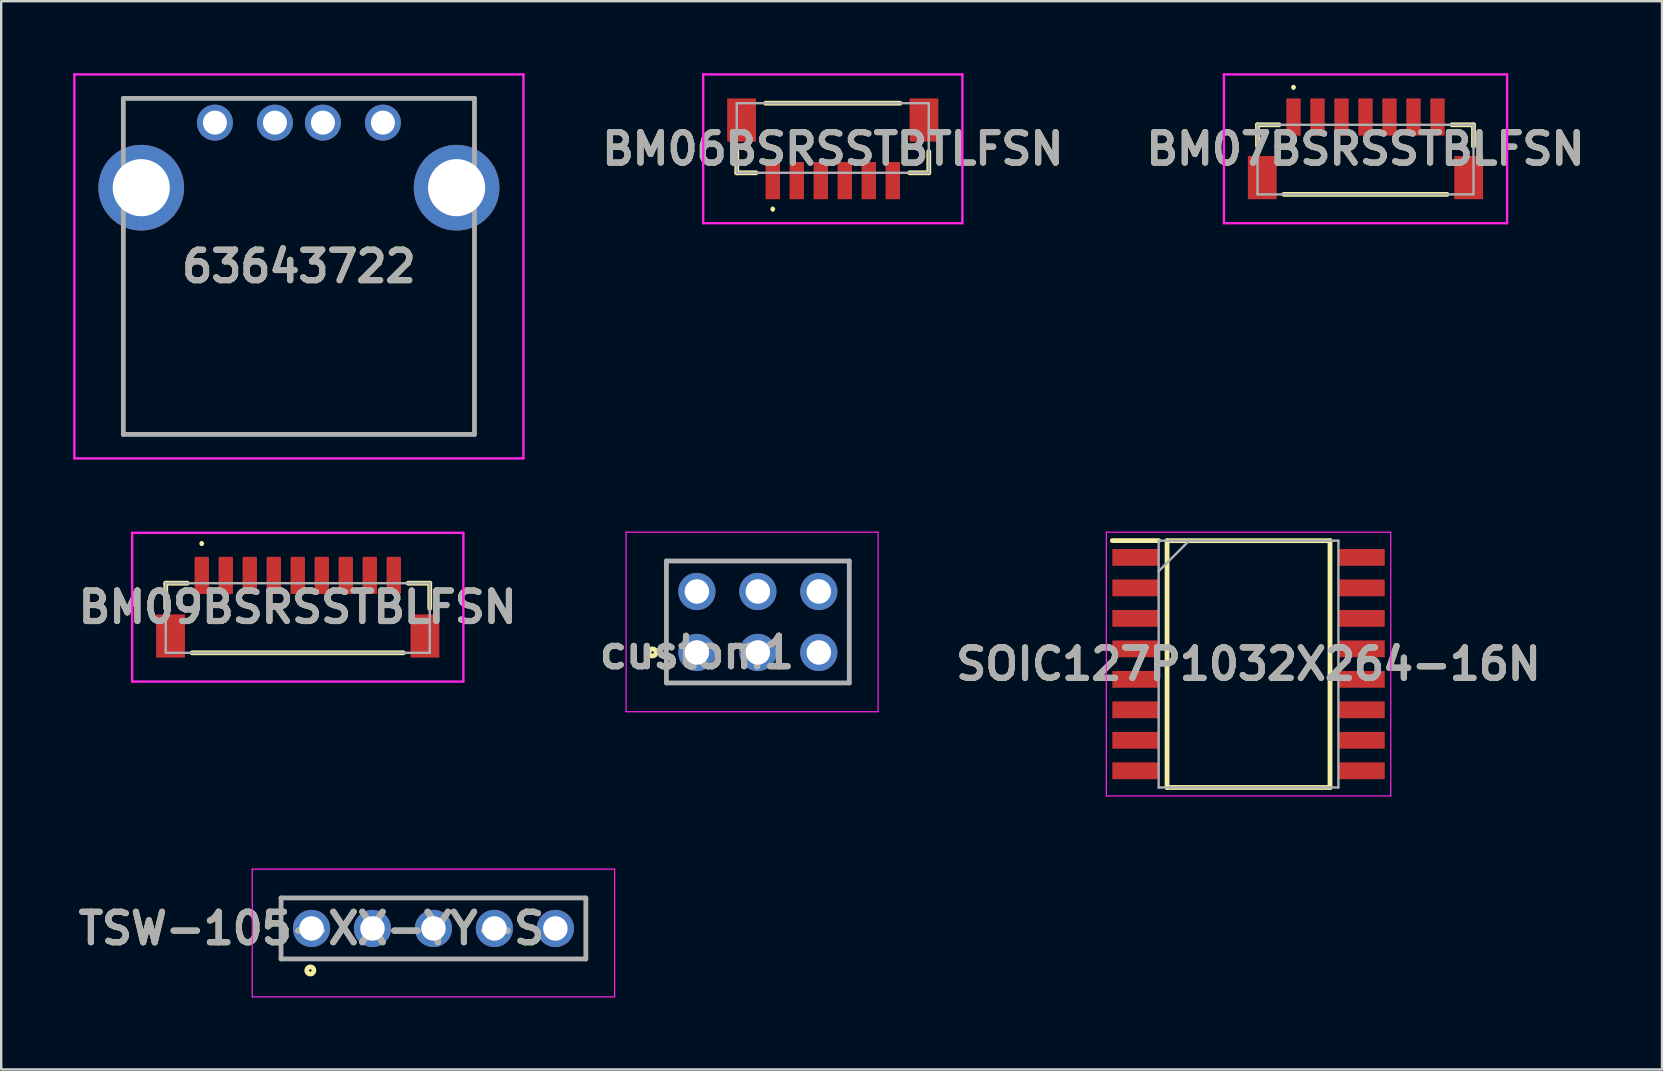
<source format=kicad_pcb>
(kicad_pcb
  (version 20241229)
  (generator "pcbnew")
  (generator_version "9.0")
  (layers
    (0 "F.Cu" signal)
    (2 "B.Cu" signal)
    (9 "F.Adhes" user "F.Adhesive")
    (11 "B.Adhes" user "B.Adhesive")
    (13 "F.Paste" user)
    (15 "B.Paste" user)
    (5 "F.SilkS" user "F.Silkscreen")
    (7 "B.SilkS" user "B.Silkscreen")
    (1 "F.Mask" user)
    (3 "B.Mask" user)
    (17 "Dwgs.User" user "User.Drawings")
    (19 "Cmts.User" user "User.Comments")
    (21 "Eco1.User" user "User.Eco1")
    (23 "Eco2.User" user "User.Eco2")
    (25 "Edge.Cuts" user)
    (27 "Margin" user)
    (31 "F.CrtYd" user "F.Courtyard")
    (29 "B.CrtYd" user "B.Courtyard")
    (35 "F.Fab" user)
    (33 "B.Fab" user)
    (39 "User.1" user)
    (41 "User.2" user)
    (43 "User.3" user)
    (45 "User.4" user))
  (footprint "BM09BSRSSTBLFSN"
    (layer "F.Cu")
    (at 9.356 22.7)
    (property "Reference" "BM09BSRSSTBLFSN" (at 0 -0.45 0) (layer "F.SilkS") (effects (font (size 1.27 1.27) (thickness 0.254))))
    (attr smd)
    (fp_line (start -5.5 -1.45) (end -5.5 -0.4) (stroke (width 0.2) (type solid)) (layer "F.SilkS"))
    (fp_line (start -4.6 -1.45) (end -5.5 -1.45) (stroke (width 0.2) (type solid)) (layer "F.SilkS"))
    (fp_line (start -4.4 1.45) (end 4.4 1.45) (stroke (width 0.2) (type solid)) (layer "F.SilkS"))
    (fp_line (start -4 -3.15) (end -4 -3.15) (stroke (width 0.1) (type solid)) (layer "F.SilkS"))
    (fp_line (start -4 -3.05) (end -4 -3.05) (stroke (width 0.1) (type solid)) (layer "F.SilkS"))
    (fp_line (start 4.6 -1.45) (end 5.5 -1.45) (stroke (width 0.2) (type solid)) (layer "F.SilkS"))
    (fp_line (start 5.5 -1.45) (end 5.5 -0.4) (stroke (width 0.2) (type solid)) (layer "F.SilkS"))
    (fp_arc (start -4 -3.15) (mid -3.95 -3.1) (end -4 -3.05) (stroke (width 0.1) (type solid)) (layer "F.SilkS"))
    (fp_arc (start -4 -3.05) (mid -4.05 -3.1) (end -4 -3.15) (stroke (width 0.1) (type solid)) (layer "F.SilkS"))
    (fp_line (start -6.9 -3.55) (end 6.9 -3.55) (stroke (width 0.1) (type solid)) (layer "F.CrtYd"))
    (fp_line (start -6.9 2.65) (end -6.9 -3.55) (stroke (width 0.1) (type solid)) (layer "F.CrtYd"))
    (fp_line (start 6.9 -3.55) (end 6.9 2.65) (stroke (width 0.1) (type solid)) (layer "F.CrtYd"))
    (fp_line (start 6.9 2.65) (end -6.9 2.65) (stroke (width 0.1) (type solid)) (layer "F.CrtYd"))
    (fp_line (start -5.5 -1.45) (end -5.5 1.45) (stroke (width 0.1) (type solid)) (layer "F.Fab"))
    (fp_line (start -5.5 1.45) (end 5.5 1.45) (stroke (width 0.1) (type solid)) (layer "F.Fab"))
    (fp_line (start 5.5 -1.45) (end -5.5 -1.45) (stroke (width 0.1) (type solid)) (layer "F.Fab"))
    (fp_line (start 5.5 1.45) (end 5.5 -1.45) (stroke (width 0.1) (type solid)) (layer "F.Fab"))
    (fp_text user "${REFERENCE}" (at 0 -0.45 0) (layer "F.Fab") (effects (font (size 1.27 1.27) (thickness 0.254))))
    (pad "1" smd rect (at -4 -1.775) (size 0.6 1.55) (layers "F.Cu" "F.Mask" "F.Paste"))
    (pad "2" smd rect (at -3 -1.775) (size 0.6 1.55) (layers "F.Cu" "F.Mask" "F.Paste"))
    (pad "3" smd rect (at -2 -1.775) (size 0.6 1.55) (layers "F.Cu" "F.Mask" "F.Paste"))
    (pad "4" smd rect (at -1 -1.775) (size 0.6 1.55) (layers "F.Cu" "F.Mask" "F.Paste"))
    (pad "5" smd rect (at 0 -1.775) (size 0.6 1.55) (layers "F.Cu" "F.Mask" "F.Paste"))
    (pad "6" smd rect (at 1 -1.775) (size 0.6 1.55) (layers "F.Cu" "F.Mask" "F.Paste"))
    (pad "7" smd rect (at 2 -1.775) (size 0.6 1.55) (layers "F.Cu" "F.Mask" "F.Paste"))
    (pad "8" smd rect (at 3 -1.775) (size 0.6 1.55) (layers "F.Cu" "F.Mask" "F.Paste"))
    (pad "9" smd rect (at 4 -1.775) (size 0.6 1.55) (layers "F.Cu" "F.Mask" "F.Paste"))
    (pad "MP1" smd rect (at -5.3 0.75) (size 1.2 1.8) (layers "F.Cu" "F.Mask" "F.Paste"))
    (pad "MP2" smd rect (at 5.3 0.75) (size 1.2 1.8) (layers "F.Cu" "F.Mask" "F.Paste")))
  (footprint "63643722"
    (layer "F.Cu")
    (at 5.905 2.06)
    (property "Reference" "63643722" (at 3.5 5.99 0) (layer "F.SilkS") (effects (font (size 1.27 1.27) (thickness 0.254))))
    (attr through_hole)
    (fp_line (start -3.815 5.25) (end -3.815 12.99) (stroke (width 0.1) (type solid)) (layer "F.SilkS"))
    (fp_line (start -3.815 12.99) (end 10.815 12.99) (stroke (width 0.1) (type solid)) (layer "F.SilkS"))
    (fp_line (start -3.07 -1.01) (end 10.07 -1.01) (stroke (width 0.1) (type solid)) (layer "F.SilkS"))
    (fp_line (start 10.815 12.99) (end 10.815 5.25) (stroke (width 0.1) (type solid)) (layer "F.SilkS"))
    (fp_line (start -5.855 -2.01) (end 12.855 -2.01) (stroke (width 0.1) (type solid)) (layer "F.CrtYd"))
    (fp_line (start -5.855 13.99) (end -5.855 -2.01) (stroke (width 0.1) (type solid)) (layer "F.CrtYd"))
    (fp_line (start 12.855 -2.01) (end 12.855 13.99) (stroke (width 0.1) (type solid)) (layer "F.CrtYd"))
    (fp_line (start 12.855 13.99) (end -5.855 13.99) (stroke (width 0.1) (type solid)) (layer "F.CrtYd"))
    (fp_line (start -3.815 -1.01) (end 10.815 -1.01) (stroke (width 0.2) (type solid)) (layer "F.Fab"))
    (fp_line (start -3.815 12.99) (end -3.815 -1.01) (stroke (width 0.2) (type solid)) (layer "F.Fab"))
    (fp_line (start 10.815 -1.01) (end 10.815 12.99) (stroke (width 0.2) (type solid)) (layer "F.Fab"))
    (fp_line (start 10.815 12.99) (end -3.815 12.99) (stroke (width 0.2) (type solid)) (layer "F.Fab"))
    (fp_text user "${REFERENCE}" (at 3.5 5.99 0) (layer "F.Fab") (effects (font (size 1.27 1.27) (thickness 0.254))))
    (pad "1" thru_hole circle (at 0 0) (size 1.5 1.5) (drill 1) (layers "*.Cu" "*.Mask"))
    (pad "2" thru_hole circle (at 2.5 0) (size 1.5 1.5) (drill 1) (layers "*.Cu" "*.Mask"))
    (pad "3" thru_hole circle (at 4.5 0) (size 1.5 1.5) (drill 1) (layers "*.Cu" "*.Mask"))
    (pad "4" thru_hole circle (at 7 0) (size 1.5 1.5) (drill 1) (layers "*.Cu" "*.Mask"))
    (pad "MH1" thru_hole circle (at -3.07 2.71) (size 3.57 3.57) (drill 2.38) (layers "*.Cu" "*.Mask"))
    (pad "MH2" thru_hole circle (at 10.07 2.71) (size 3.57 3.57) (drill 2.38) (layers "*.Cu" "*.Mask")))
  (footprint "BM07BSRSSTBLFSN"
    (layer "F.Cu")
    (at 53.845 3.6)
    (property "Reference" "BM07BSRSSTBLFSN" (at 0 -0.449 0) (layer "F.SilkS") (effects (font (size 1.27 1.27) (thickness 0.254))))
    (attr smd)
    (fp_line (start -4.5 -1.45) (end -4.5 -0.562) (stroke (width 0.2) (type solid)) (layer "F.SilkS"))
    (fp_line (start -3.6 -1.45) (end -4.5 -1.45) (stroke (width 0.2) (type solid)) (layer "F.SilkS"))
    (fp_line (start -3.4 1.45) (end 3.4 1.45) (stroke (width 0.2) (type solid)) (layer "F.SilkS"))
    (fp_line (start -3 -3.062) (end -3 -3.062) (stroke (width 0.1) (type solid)) (layer "F.SilkS"))
    (fp_line (start -3 -2.962) (end -3 -2.962) (stroke (width 0.1) (type solid)) (layer "F.SilkS"))
    (fp_line (start 3.6 -1.45) (end 4.5 -1.45) (stroke (width 0.2) (type solid)) (layer "F.SilkS"))
    (fp_line (start 4.5 -1.45) (end 4.5 -0.562) (stroke (width 0.2) (type solid)) (layer "F.SilkS"))
    (fp_arc (start -3 -3.062) (mid -2.95 -3.012) (end -3 -2.962) (stroke (width 0.1) (type solid)) (layer "F.SilkS"))
    (fp_arc (start -3 -2.962) (mid -3.05 -3.012) (end -3 -3.062) (stroke (width 0.1) (type solid)) (layer "F.SilkS"))
    (fp_line (start -5.9 -3.55) (end 5.9 -3.55) (stroke (width 0.1) (type solid)) (layer "F.CrtYd"))
    (fp_line (start -5.9 2.651) (end -5.9 -3.55) (stroke (width 0.1) (type solid)) (layer "F.CrtYd"))
    (fp_line (start 5.9 -3.55) (end 5.9 2.651) (stroke (width 0.1) (type solid)) (layer "F.CrtYd"))
    (fp_line (start 5.9 2.651) (end -5.9 2.651) (stroke (width 0.1) (type solid)) (layer "F.CrtYd"))
    (fp_line (start -4.5 -1.45) (end -4.5 1.45) (stroke (width 0.1) (type solid)) (layer "F.Fab"))
    (fp_line (start -4.5 1.45) (end 4.5 1.45) (stroke (width 0.1) (type solid)) (layer "F.Fab"))
    (fp_line (start 4.5 -1.45) (end -4.5 -1.45) (stroke (width 0.1) (type solid)) (layer "F.Fab"))
    (fp_line (start 4.5 1.45) (end 4.5 -1.45) (stroke (width 0.1) (type solid)) (layer "F.Fab"))
    (fp_text user "${REFERENCE}" (at 0 -0.449 0) (layer "F.Fab") (effects (font (size 1.27 1.27) (thickness 0.254))))
    (pad "1" smd rect (at -3 -1.774) (size 0.6 1.55) (layers "F.Cu" "F.Mask" "F.Paste"))
    (pad "2" smd rect (at -2 -1.774) (size 0.6 1.55) (layers "F.Cu" "F.Mask" "F.Paste"))
    (pad "3" smd rect (at -1 -1.774) (size 0.6 1.55) (layers "F.Cu" "F.Mask" "F.Paste"))
    (pad "4" smd rect (at 0 -1.774) (size 0.6 1.55) (layers "F.Cu" "F.Mask" "F.Paste"))
    (pad "5" smd rect (at 1 -1.774) (size 0.6 1.55) (layers "F.Cu" "F.Mask" "F.Paste"))
    (pad "6" smd rect (at 2 -1.774) (size 0.6 1.55) (layers "F.Cu" "F.Mask" "F.Paste"))
    (pad "7" smd rect (at 3 -1.774) (size 0.6 1.55) (layers "F.Cu" "F.Mask" "F.Paste"))
    (pad "MP1" smd rect (at -4.3 0.751) (size 1.2 1.8) (layers "F.Cu" "F.Mask" "F.Paste"))
    (pad "MP2" smd rect (at 4.3 0.751) (size 1.2 1.8) (layers "F.Cu" "F.Mask" "F.Paste")))
  (footprint "SOIC127P1032X264-16N"
    (layer "F.Cu")
    (at 48.972 24.62)
    (property "Reference" "SOIC127P1032X264-16N" (at 0 0 0) (layer "F.SilkS") (effects (font (size 1.27 1.27) (thickness 0.254))))
    (attr smd)
    (fp_line (start -5.675 -5.145) (end -3.745 -5.145) (stroke (width 0.2) (type solid)) (layer "F.SilkS"))
    (fp_line (start -3.395 -5.142) (end 3.395 -5.142) (stroke (width 0.2) (type solid)) (layer "F.SilkS"))
    (fp_line (start -3.395 5.142) (end -3.395 -5.142) (stroke (width 0.2) (type solid)) (layer "F.SilkS"))
    (fp_line (start 3.395 -5.142) (end 3.395 5.142) (stroke (width 0.2) (type solid)) (layer "F.SilkS"))
    (fp_line (start 3.395 5.142) (end -3.395 5.142) (stroke (width 0.2) (type solid)) (layer "F.SilkS"))
    (fp_line (start -5.925 -5.495) (end 5.925 -5.495) (stroke (width 0.05) (type solid)) (layer "F.CrtYd"))
    (fp_line (start -5.925 5.495) (end -5.925 -5.495) (stroke (width 0.05) (type solid)) (layer "F.CrtYd"))
    (fp_line (start 5.925 -5.495) (end 5.925 5.495) (stroke (width 0.05) (type solid)) (layer "F.CrtYd"))
    (fp_line (start 5.925 5.495) (end -5.925 5.495) (stroke (width 0.05) (type solid)) (layer "F.CrtYd"))
    (fp_line (start -3.745 -5.142) (end 3.745 -5.142) (stroke (width 0.1) (type solid)) (layer "F.Fab"))
    (fp_line (start -3.745 -3.872) (end -2.475 -5.142) (stroke (width 0.1) (type solid)) (layer "F.Fab"))
    (fp_line (start -3.745 5.142) (end -3.745 -5.142) (stroke (width 0.1) (type solid)) (layer "F.Fab"))
    (fp_line (start 3.745 -5.142) (end 3.745 5.142) (stroke (width 0.1) (type solid)) (layer "F.Fab"))
    (fp_line (start 3.745 5.142) (end -3.745 5.142) (stroke (width 0.1) (type solid)) (layer "F.Fab"))
    (fp_text user "${REFERENCE}" (at 0 0 0) (layer "F.Fab") (effects (font (size 1.27 1.27) (thickness 0.254))))
    (pad "1" smd rect (at -4.71 -4.445 90) (size 0.7 1.93) (layers "F.Cu" "F.Mask" "F.Paste"))
    (pad "2" smd rect (at -4.71 -3.175 90) (size 0.7 1.93) (layers "F.Cu" "F.Mask" "F.Paste"))
    (pad "3" smd rect (at -4.71 -1.905 90) (size 0.7 1.93) (layers "F.Cu" "F.Mask" "F.Paste"))
    (pad "4" smd rect (at -4.71 -0.635 90) (size 0.7 1.93) (layers "F.Cu" "F.Mask" "F.Paste"))
    (pad "5" smd rect (at -4.71 0.635 90) (size 0.7 1.93) (layers "F.Cu" "F.Mask" "F.Paste"))
    (pad "6" smd rect (at -4.71 1.905 90) (size 0.7 1.93) (layers "F.Cu" "F.Mask" "F.Paste"))
    (pad "7" smd rect (at -4.71 3.175 90) (size 0.7 1.93) (layers "F.Cu" "F.Mask" "F.Paste"))
    (pad "8" smd rect (at -4.71 4.445 90) (size 0.7 1.93) (layers "F.Cu" "F.Mask" "F.Paste"))
    (pad "9" smd rect (at 4.71 4.445 90) (size 0.7 1.93) (layers "F.Cu" "F.Mask" "F.Paste"))
    (pad "10" smd rect (at 4.71 3.175 90) (size 0.7 1.93) (layers "F.Cu" "F.Mask" "F.Paste"))
    (pad "11" smd rect (at 4.71 1.905 90) (size 0.7 1.93) (layers "F.Cu" "F.Mask" "F.Paste"))
    (pad "12" smd rect (at 4.71 0.635 90) (size 0.7 1.93) (layers "F.Cu" "F.Mask" "F.Paste"))
    (pad "13" smd rect (at 4.71 -0.635 90) (size 0.7 1.93) (layers "F.Cu" "F.Mask" "F.Paste"))
    (pad "14" smd rect (at 4.71 -1.905 90) (size 0.7 1.93) (layers "F.Cu" "F.Mask" "F.Paste"))
    (pad "15" smd rect (at 4.71 -3.175 90) (size 0.7 1.93) (layers "F.Cu" "F.Mask" "F.Paste"))
    (pad "16" smd rect (at 4.71 -4.445 90) (size 0.7 1.93) (layers "F.Cu" "F.Mask" "F.Paste")))
  (footprint "TSW-105-XX-YY-S"
    (layer "F.Cu")
    (at 9.93 35.635)
    (property "Reference" "TSW-105-XX-YY-S" (at 0 0 0) (layer "F.SilkS") (effects (font (size 1.27 1.27) (thickness 0.254))))
    (attr through_hole)
    (fp_line (start -1.27 -1.27) (end 11.43 -1.27) (stroke (width 0.1) (type solid)) (layer "F.SilkS"))
    (fp_line (start -1.27 1.27) (end -1.27 -1.27) (stroke (width 0.1) (type solid)) (layer "F.SilkS"))
    (fp_line (start 11.43 -1.27) (end 11.43 1.27) (stroke (width 0.1) (type solid)) (layer "F.SilkS"))
    (fp_line (start 11.43 1.27) (end -1.27 1.27) (stroke (width 0.1) (type solid)) (layer "F.SilkS"))
    (fp_circle (center -0.05 1.75) (end -0.05 1.8) (stroke (width 0.2) (type solid)) (fill no) (layer "F.SilkS"))
    (fp_line (start -2.47 -2.47) (end 12.63 -2.47) (stroke (width 0.05) (type solid)) (layer "F.CrtYd"))
    (fp_line (start -2.47 2.85) (end -2.47 -2.47) (stroke (width 0.05) (type solid)) (layer "F.CrtYd"))
    (fp_line (start 12.63 -2.47) (end 12.63 2.85) (stroke (width 0.05) (type solid)) (layer "F.CrtYd"))
    (fp_line (start 12.63 2.85) (end -2.47 2.85) (stroke (width 0.05) (type solid)) (layer "F.CrtYd"))
    (fp_line (start -1.27 -1.27) (end 11.43 -1.27) (stroke (width 0.2) (type solid)) (layer "F.Fab"))
    (fp_line (start -1.27 1.27) (end -1.27 -1.27) (stroke (width 0.2) (type solid)) (layer "F.Fab"))
    (fp_line (start 11.43 -1.27) (end 11.43 1.27) (stroke (width 0.2) (type solid)) (layer "F.Fab"))
    (fp_line (start 11.43 1.27) (end -1.27 1.27) (stroke (width 0.2) (type solid)) (layer "F.Fab"))
    (fp_text user "${REFERENCE}" (at 0 0 0) (layer "F.Fab") (effects (font (size 1.27 1.27) (thickness 0.254))))
    (pad "1" thru_hole circle (at 0 0) (size 1.55 1.55) (drill 1.02) (layers "*.Cu" "*.Mask"))
    (pad "2" thru_hole circle (at 2.54 0) (size 1.55 1.55) (drill 1.02) (layers "*.Cu" "*.Mask"))
    (pad "3" thru_hole circle (at 5.08 0) (size 1.55 1.55) (drill 1.02) (layers "*.Cu" "*.Mask"))
    (pad "4" thru_hole circle (at 7.62 0) (size 1.55 1.55) (drill 1.02) (layers "*.Cu" "*.Mask"))
    (pad "5" thru_hole circle (at 10.16 0) (size 1.55 1.55) (drill 1.02) (layers "*.Cu" "*.Mask")))
  (footprint "custom1"
    (layer "F.Cu")
    (at 25.987 24.135)
    (property "Reference" "custom1" (at 0 0 0) (layer "F.SilkS") (effects (font (size 1.27 1.27) (thickness 0.254))))
    (attr through_hole)
    (fp_line (start -1.27 -3.81) (end 6.35 -3.81) (stroke (width 0.1) (type solid)) (layer "F.SilkS"))
    (fp_line (start -1.27 1.27) (end -1.27 -3.81) (stroke (width 0.1) (type solid)) (layer "F.SilkS"))
    (fp_line (start 6.35 -3.81) (end 6.35 1.27) (stroke (width 0.1) (type solid)) (layer "F.SilkS"))
    (fp_line (start 6.35 1.27) (end -1.27 1.27) (stroke (width 0.1) (type solid)) (layer "F.SilkS"))
    (fp_circle (center -1.85 0) (end -1.85 0.05) (stroke (width 0.2) (type solid)) (fill no) (layer "F.SilkS"))
    (fp_line (start -2.95 -5.01) (end 7.55 -5.01) (stroke (width 0.05) (type solid)) (layer "F.CrtYd"))
    (fp_line (start -2.95 2.47) (end -2.95 -5.01) (stroke (width 0.05) (type solid)) (layer "F.CrtYd"))
    (fp_line (start 7.55 -5.01) (end 7.55 2.47) (stroke (width 0.05) (type solid)) (layer "F.CrtYd"))
    (fp_line (start 7.55 2.47) (end -2.95 2.47) (stroke (width 0.05) (type solid)) (layer "F.CrtYd"))
    (fp_line (start -1.27 -3.81) (end 6.35 -3.81) (stroke (width 0.2) (type solid)) (layer "F.Fab"))
    (fp_line (start -1.27 1.27) (end -1.27 -3.81) (stroke (width 0.2) (type solid)) (layer "F.Fab"))
    (fp_line (start 6.35 -3.81) (end 6.35 1.27) (stroke (width 0.2) (type solid)) (layer "F.Fab"))
    (fp_line (start 6.35 1.27) (end -1.27 1.27) (stroke (width 0.2) (type solid)) (layer "F.Fab"))
    (fp_text user "${REFERENCE}" (at 0 0 0) (layer "F.Fab") (effects (font (size 1.27 1.27) (thickness 0.254))))
    (pad "1" thru_hole circle (at 0 0) (size 1.55 1.55) (drill 1.02) (layers "*.Cu" "*.Mask"))
    (pad "2" thru_hole circle (at 0 -2.54) (size 1.55 1.55) (drill 1.02) (layers "*.Cu" "*.Mask"))
    (pad "3" thru_hole circle (at 2.54 0) (size 1.55 1.55) (drill 1.02) (layers "*.Cu" "*.Mask"))
    (pad "4" thru_hole circle (at 2.54 -2.54) (size 1.55 1.55) (drill 1.02) (layers "*.Cu" "*.Mask"))
    (pad "5" thru_hole circle (at 5.08 0) (size 1.55 1.55) (drill 1.02) (layers "*.Cu" "*.Mask"))
    (pad "6" thru_hole circle (at 5.08 -2.54) (size 1.55 1.55) (drill 1.02) (layers "*.Cu" "*.Mask")))
  (footprint "BM06BSRSSTBTLFSN"
    (layer "F.Cu")
    (at 31.649 2.863)
    (property "Reference" "BM06BSRSSTBTLFSN" (at 0 0.287 0) (layer "F.SilkS") (effects (font (size 1.27 1.27) (thickness 0.254))))
    (attr smd)
    (fp_line (start -4 0.4) (end -4 1.288) (stroke (width 0.2) (type solid)) (layer "F.SilkS"))
    (fp_line (start -4 1.288) (end -3.2 1.288) (stroke (width 0.2) (type solid)) (layer "F.SilkS"))
    (fp_line (start -2.8 -1.612) (end 2.8 -1.612) (stroke (width 0.2) (type solid)) (layer "F.SilkS"))
    (fp_line (start -2.5 2.75) (end -2.5 2.75) (stroke (width 0.1) (type solid)) (layer "F.SilkS"))
    (fp_line (start -2.5 2.85) (end -2.5 2.85) (stroke (width 0.1) (type solid)) (layer "F.SilkS"))
    (fp_line (start 4 0.4) (end 4 1.288) (stroke (width 0.2) (type solid)) (layer "F.SilkS"))
    (fp_line (start 4 1.288) (end 3.2 1.288) (stroke (width 0.2) (type solid)) (layer "F.SilkS"))
    (fp_arc (start -2.5 2.75) (mid -2.45 2.8) (end -2.5 2.85) (stroke (width 0.1) (type solid)) (layer "F.SilkS"))
    (fp_arc (start -2.5 2.85) (mid -2.55 2.8) (end -2.5 2.75) (stroke (width 0.1) (type solid)) (layer "F.SilkS"))
    (fp_line (start -5.4 -2.813) (end 5.4 -2.813) (stroke (width 0.1) (type solid)) (layer "F.CrtYd"))
    (fp_line (start -5.4 3.388) (end -5.4 -2.813) (stroke (width 0.1) (type solid)) (layer "F.CrtYd"))
    (fp_line (start 5.4 -2.813) (end 5.4 3.388) (stroke (width 0.1) (type solid)) (layer "F.CrtYd"))
    (fp_line (start 5.4 3.388) (end -5.4 3.388) (stroke (width 0.1) (type solid)) (layer "F.CrtYd"))
    (fp_line (start -4 -1.612) (end 4 -1.612) (stroke (width 0.1) (type solid)) (layer "F.Fab"))
    (fp_line (start -4 1.288) (end -4 -1.612) (stroke (width 0.1) (type solid)) (layer "F.Fab"))
    (fp_line (start 4 -1.612) (end 4 1.288) (stroke (width 0.1) (type solid)) (layer "F.Fab"))
    (fp_line (start 4 1.288) (end -4 1.288) (stroke (width 0.1) (type solid)) (layer "F.Fab"))
    (fp_text user "${REFERENCE}" (at 0 0.287 0) (layer "F.Fab") (effects (font (size 1.27 1.27) (thickness 0.254))))
    (pad "1" smd rect (at -2.5 1.612) (size 0.6 1.55) (layers "F.Cu" "F.Mask" "F.Paste"))
    (pad "2" smd rect (at -1.5 1.612) (size 0.6 1.55) (layers "F.Cu" "F.Mask" "F.Paste"))
    (pad "3" smd rect (at -0.5 1.612) (size 0.6 1.55) (layers "F.Cu" "F.Mask" "F.Paste"))
    (pad "4" smd rect (at 0.5 1.612) (size 0.6 1.55) (layers "F.Cu" "F.Mask" "F.Paste"))
    (pad "5" smd rect (at 1.5 1.612) (size 0.6 1.55) (layers "F.Cu" "F.Mask" "F.Paste"))
    (pad "6" smd rect (at 2.5 1.612) (size 0.6 1.55) (layers "F.Cu" "F.Mask" "F.Paste"))
    (pad "MP1" smd rect (at -3.8 -0.912) (size 1.2 1.8) (layers "F.Cu" "F.Mask" "F.Paste"))
    (pad "MP2" smd rect (at 3.8 -0.912) (size 1.2 1.8) (layers "F.Cu" "F.Mask" "F.Paste")))
  (gr_rect
    (start -3 -3)
    (end 66.2 41.51)
    (stroke (width 0.1) (type default))
    (fill no)
    (layer "Edge.Cuts")))
</source>
